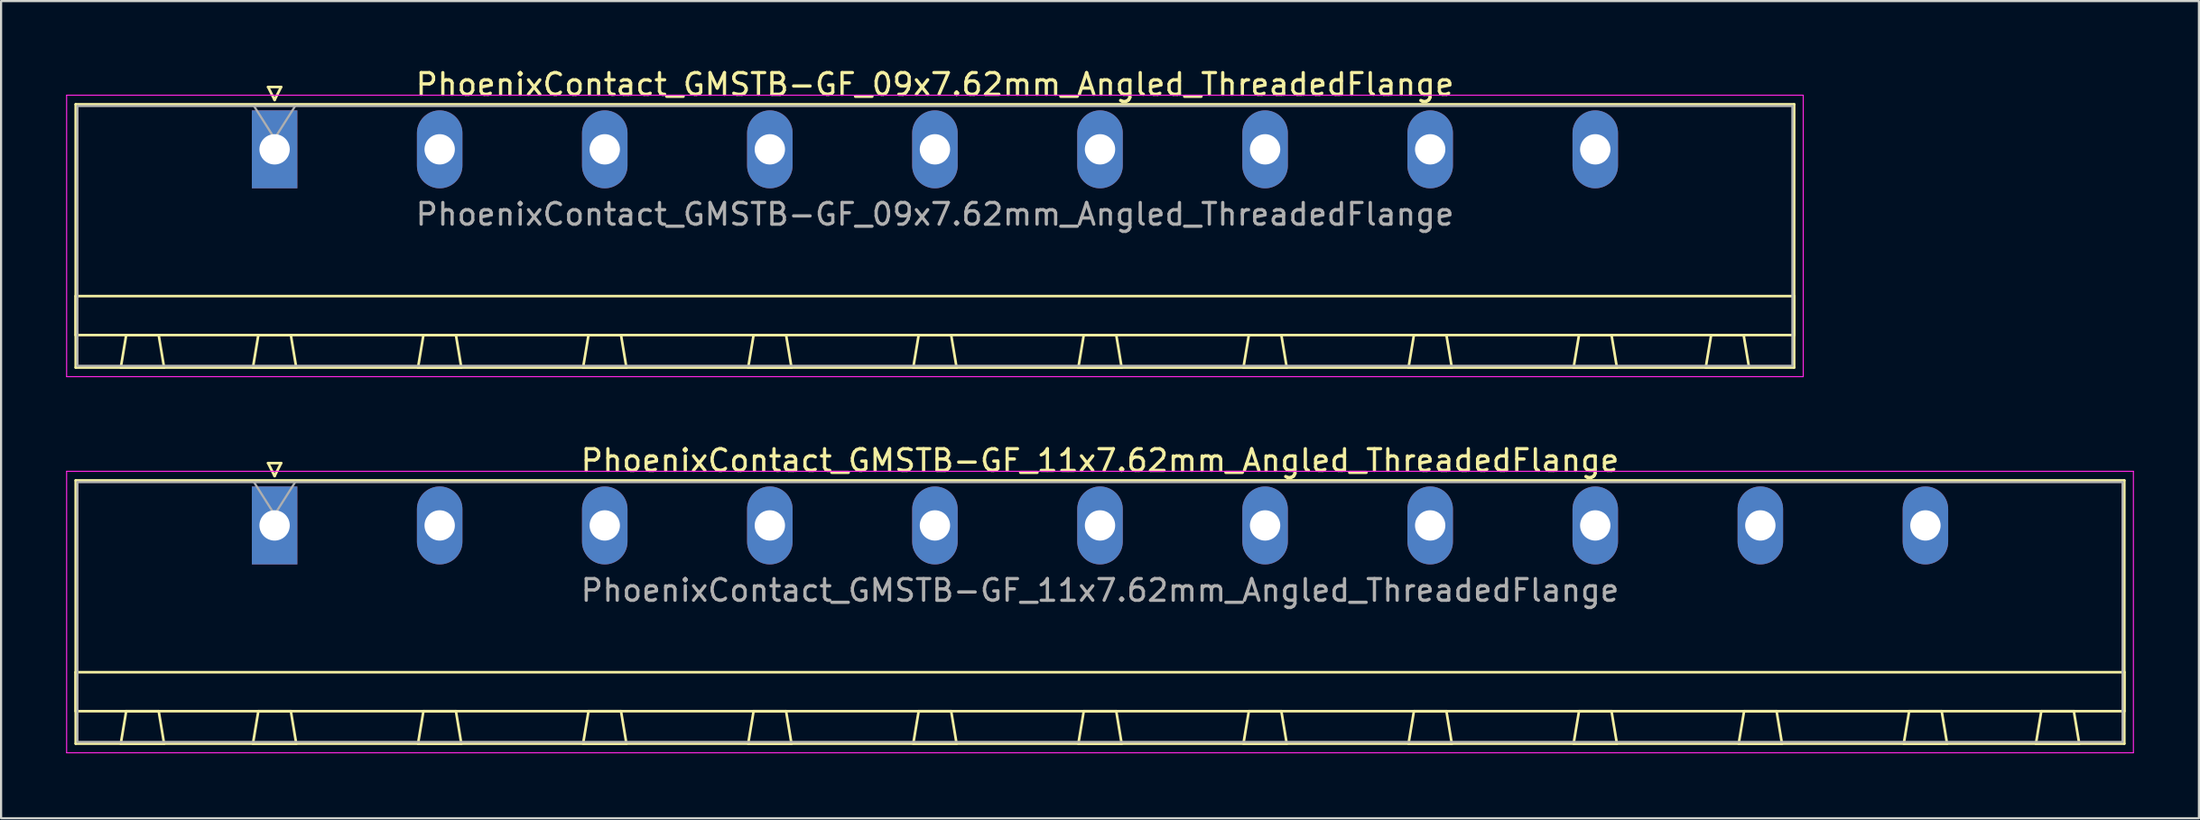
<source format=kicad_pcb>
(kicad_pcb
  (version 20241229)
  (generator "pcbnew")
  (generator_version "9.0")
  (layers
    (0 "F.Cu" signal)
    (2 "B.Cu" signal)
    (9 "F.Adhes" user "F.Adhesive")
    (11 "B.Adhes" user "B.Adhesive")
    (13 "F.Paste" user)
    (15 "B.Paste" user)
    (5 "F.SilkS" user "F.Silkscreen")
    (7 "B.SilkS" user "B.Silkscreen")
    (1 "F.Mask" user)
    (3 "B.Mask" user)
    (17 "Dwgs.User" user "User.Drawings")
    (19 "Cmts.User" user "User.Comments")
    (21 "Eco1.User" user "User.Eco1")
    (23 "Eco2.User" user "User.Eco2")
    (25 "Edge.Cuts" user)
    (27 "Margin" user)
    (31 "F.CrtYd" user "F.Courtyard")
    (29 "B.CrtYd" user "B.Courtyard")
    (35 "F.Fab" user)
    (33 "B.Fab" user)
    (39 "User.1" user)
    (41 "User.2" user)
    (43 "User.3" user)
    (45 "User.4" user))
  (footprint "PhoenixContact_GMSTB-GF_09x7.62mm_Angled_ThreadedFlange"
    (layer "F.Cu")
    (at 9.625 3.848)
    (property "Reference" "PhoenixContact_GMSTB-GF_09x7.62mm_Angled_ThreadedFlange" (at 30.48 -3 0) (layer "F.SilkS") (effects (font (size 1 1) (thickness 0.15))))
    (attr through_hole)
    (fp_line (start -9.18 -2.08) (end -9.18 10.08) (stroke (width 0.12) (type solid)) (layer "F.SilkS"))
    (fp_line (start -9.18 6.78) (end 70.14 6.78) (stroke (width 0.12) (type solid)) (layer "F.SilkS"))
    (fp_line (start -9.18 8.58) (end -9.18 6.78) (stroke (width 0.12) (type solid)) (layer "F.SilkS"))
    (fp_line (start -9.18 10.08) (end 70.14 10.08) (stroke (width 0.12) (type solid)) (layer "F.SilkS"))
    (fp_line (start -7.1 10.08) (end -5.1 10.08) (stroke (width 0.12) (type solid)) (layer "F.SilkS"))
    (fp_line (start -6.85 8.58) (end -7.1 10.08) (stroke (width 0.12) (type solid)) (layer "F.SilkS"))
    (fp_line (start -5.35 8.58) (end -6.85 8.58) (stroke (width 0.12) (type solid)) (layer "F.SilkS"))
    (fp_line (start -5.1 10.08) (end -5.35 8.58) (stroke (width 0.12) (type solid)) (layer "F.SilkS"))
    (fp_line (start -1 10.08) (end 1 10.08) (stroke (width 0.12) (type solid)) (layer "F.SilkS"))
    (fp_line (start -0.75 8.58) (end -1 10.08) (stroke (width 0.12) (type solid)) (layer "F.SilkS"))
    (fp_line (start -0.3 -2.88) (end 0.3 -2.88) (stroke (width 0.12) (type solid)) (layer "F.SilkS"))
    (fp_line (start 0 -2.28) (end -0.3 -2.88) (stroke (width 0.12) (type solid)) (layer "F.SilkS"))
    (fp_line (start 0.3 -2.88) (end 0 -2.28) (stroke (width 0.12) (type solid)) (layer "F.SilkS"))
    (fp_line (start 0.75 8.58) (end -0.75 8.58) (stroke (width 0.12) (type solid)) (layer "F.SilkS"))
    (fp_line (start 1 10.08) (end 0.75 8.58) (stroke (width 0.12) (type solid)) (layer "F.SilkS"))
    (fp_line (start 6.62 10.08) (end 8.62 10.08) (stroke (width 0.12) (type solid)) (layer "F.SilkS"))
    (fp_line (start 6.87 8.58) (end 6.62 10.08) (stroke (width 0.12) (type solid)) (layer "F.SilkS"))
    (fp_line (start 8.37 8.58) (end 6.87 8.58) (stroke (width 0.12) (type solid)) (layer "F.SilkS"))
    (fp_line (start 8.62 10.08) (end 8.37 8.58) (stroke (width 0.12) (type solid)) (layer "F.SilkS"))
    (fp_line (start 14.24 10.08) (end 16.24 10.08) (stroke (width 0.12) (type solid)) (layer "F.SilkS"))
    (fp_line (start 14.49 8.58) (end 14.24 10.08) (stroke (width 0.12) (type solid)) (layer "F.SilkS"))
    (fp_line (start 15.99 8.58) (end 14.49 8.58) (stroke (width 0.12) (type solid)) (layer "F.SilkS"))
    (fp_line (start 16.24 10.08) (end 15.99 8.58) (stroke (width 0.12) (type solid)) (layer "F.SilkS"))
    (fp_line (start 21.86 10.08) (end 23.86 10.08) (stroke (width 0.12) (type solid)) (layer "F.SilkS"))
    (fp_line (start 22.11 8.58) (end 21.86 10.08) (stroke (width 0.12) (type solid)) (layer "F.SilkS"))
    (fp_line (start 23.61 8.58) (end 22.11 8.58) (stroke (width 0.12) (type solid)) (layer "F.SilkS"))
    (fp_line (start 23.86 10.08) (end 23.61 8.58) (stroke (width 0.12) (type solid)) (layer "F.SilkS"))
    (fp_line (start 29.48 10.08) (end 31.48 10.08) (stroke (width 0.12) (type solid)) (layer "F.SilkS"))
    (fp_line (start 29.73 8.58) (end 29.48 10.08) (stroke (width 0.12) (type solid)) (layer "F.SilkS"))
    (fp_line (start 31.23 8.58) (end 29.73 8.58) (stroke (width 0.12) (type solid)) (layer "F.SilkS"))
    (fp_line (start 31.48 10.08) (end 31.23 8.58) (stroke (width 0.12) (type solid)) (layer "F.SilkS"))
    (fp_line (start 37.1 10.08) (end 39.1 10.08) (stroke (width 0.12) (type solid)) (layer "F.SilkS"))
    (fp_line (start 37.35 8.58) (end 37.1 10.08) (stroke (width 0.12) (type solid)) (layer "F.SilkS"))
    (fp_line (start 38.85 8.58) (end 37.35 8.58) (stroke (width 0.12) (type solid)) (layer "F.SilkS"))
    (fp_line (start 39.1 10.08) (end 38.85 8.58) (stroke (width 0.12) (type solid)) (layer "F.SilkS"))
    (fp_line (start 44.72 10.08) (end 46.72 10.08) (stroke (width 0.12) (type solid)) (layer "F.SilkS"))
    (fp_line (start 44.97 8.58) (end 44.72 10.08) (stroke (width 0.12) (type solid)) (layer "F.SilkS"))
    (fp_line (start 46.47 8.58) (end 44.97 8.58) (stroke (width 0.12) (type solid)) (layer "F.SilkS"))
    (fp_line (start 46.72 10.08) (end 46.47 8.58) (stroke (width 0.12) (type solid)) (layer "F.SilkS"))
    (fp_line (start 52.34 10.08) (end 54.34 10.08) (stroke (width 0.12) (type solid)) (layer "F.SilkS"))
    (fp_line (start 52.59 8.58) (end 52.34 10.08) (stroke (width 0.12) (type solid)) (layer "F.SilkS"))
    (fp_line (start 54.09 8.58) (end 52.59 8.58) (stroke (width 0.12) (type solid)) (layer "F.SilkS"))
    (fp_line (start 54.34 10.08) (end 54.09 8.58) (stroke (width 0.12) (type solid)) (layer "F.SilkS"))
    (fp_line (start 59.96 10.08) (end 61.96 10.08) (stroke (width 0.12) (type solid)) (layer "F.SilkS"))
    (fp_line (start 60.21 8.58) (end 59.96 10.08) (stroke (width 0.12) (type solid)) (layer "F.SilkS"))
    (fp_line (start 61.71 8.58) (end 60.21 8.58) (stroke (width 0.12) (type solid)) (layer "F.SilkS"))
    (fp_line (start 61.96 10.08) (end 61.71 8.58) (stroke (width 0.12) (type solid)) (layer "F.SilkS"))
    (fp_line (start 66.06 10.08) (end 68.06 10.08) (stroke (width 0.12) (type solid)) (layer "F.SilkS"))
    (fp_line (start 66.31 8.58) (end 66.06 10.08) (stroke (width 0.12) (type solid)) (layer "F.SilkS"))
    (fp_line (start 67.81 8.58) (end 66.31 8.58) (stroke (width 0.12) (type solid)) (layer "F.SilkS"))
    (fp_line (start 68.06 10.08) (end 67.81 8.58) (stroke (width 0.12) (type solid)) (layer "F.SilkS"))
    (fp_line (start 70.14 -2.08) (end -9.18 -2.08) (stroke (width 0.12) (type solid)) (layer "F.SilkS"))
    (fp_line (start 70.14 6.78) (end 70.14 8.58) (stroke (width 0.12) (type solid)) (layer "F.SilkS"))
    (fp_line (start 70.14 8.58) (end -9.18 8.58) (stroke (width 0.12) (type solid)) (layer "F.SilkS"))
    (fp_line (start 70.14 10.08) (end 70.14 -2.08) (stroke (width 0.12) (type solid)) (layer "F.SilkS"))
    (fp_line (start -9.6 -2.5) (end -9.6 10.5) (stroke (width 0.05) (type solid)) (layer "F.CrtYd"))
    (fp_line (start -9.6 10.5) (end 70.56 10.5) (stroke (width 0.05) (type solid)) (layer "F.CrtYd"))
    (fp_line (start 70.56 -2.5) (end -9.6 -2.5) (stroke (width 0.05) (type solid)) (layer "F.CrtYd"))
    (fp_line (start 70.56 10.5) (end 70.56 -2.5) (stroke (width 0.05) (type solid)) (layer "F.CrtYd"))
    (fp_line (start -9.1 -2) (end -9.1 10) (stroke (width 0.1) (type solid)) (layer "F.Fab"))
    (fp_line (start -9.1 10) (end 70.06 10) (stroke (width 0.1) (type solid)) (layer "F.Fab"))
    (fp_line (start 0 -0.5) (end -0.95 -2) (stroke (width 0.1) (type solid)) (layer "F.Fab"))
    (fp_line (start 0.95 -2) (end 0 -0.5) (stroke (width 0.1) (type solid)) (layer "F.Fab"))
    (fp_line (start 70.06 -2) (end -9.1 -2) (stroke (width 0.1) (type solid)) (layer "F.Fab"))
    (fp_line (start 70.06 10) (end 70.06 -2) (stroke (width 0.1) (type solid)) (layer "F.Fab"))
    (fp_text user "${REFERENCE}" (at 30.48 3 0) (layer "F.Fab") (effects (font (size 1 1) (thickness 0.15))))
    (pad "1" thru_hole rect (at 0 0) (size 2.1 3.6) (drill 1.4) (layers "*.Cu" "*.Mask"))
    (pad "2" thru_hole oval (at 7.62 0) (size 2.1 3.6) (drill 1.4) (layers "*.Cu" "*.Mask"))
    (pad "3" thru_hole oval (at 15.24 0) (size 2.1 3.6) (drill 1.4) (layers "*.Cu" "*.Mask"))
    (pad "4" thru_hole oval (at 22.86 0) (size 2.1 3.6) (drill 1.4) (layers "*.Cu" "*.Mask"))
    (pad "5" thru_hole oval (at 30.48 0) (size 2.1 3.6) (drill 1.4) (layers "*.Cu" "*.Mask"))
    (pad "6" thru_hole oval (at 38.1 0) (size 2.1 3.6) (drill 1.4) (layers "*.Cu" "*.Mask"))
    (pad "7" thru_hole oval (at 45.72 0) (size 2.1 3.6) (drill 1.4) (layers "*.Cu" "*.Mask"))
    (pad "8" thru_hole oval (at 53.34 0) (size 2.1 3.6) (drill 1.4) (layers "*.Cu" "*.Mask"))
    (pad "9" thru_hole oval (at 60.96 0) (size 2.1 3.6) (drill 1.4) (layers "*.Cu" "*.Mask")))
  (footprint "PhoenixContact_GMSTB-GF_11x7.62mm_Angled_ThreadedFlange"
    (layer "F.Cu")
    (at 9.625 21.221)
    (property "Reference" "PhoenixContact_GMSTB-GF_11x7.62mm_Angled_ThreadedFlange" (at 38.1 -3 0) (layer "F.SilkS") (effects (font (size 1 1) (thickness 0.15))))
    (attr through_hole)
    (fp_line (start -9.18 -2.08) (end -9.18 10.08) (stroke (width 0.12) (type solid)) (layer "F.SilkS"))
    (fp_line (start -9.18 6.78) (end 85.38 6.78) (stroke (width 0.12) (type solid)) (layer "F.SilkS"))
    (fp_line (start -9.18 8.58) (end -9.18 6.78) (stroke (width 0.12) (type solid)) (layer "F.SilkS"))
    (fp_line (start -9.18 10.08) (end 85.38 10.08) (stroke (width 0.12) (type solid)) (layer "F.SilkS"))
    (fp_line (start -7.1 10.08) (end -5.1 10.08) (stroke (width 0.12) (type solid)) (layer "F.SilkS"))
    (fp_line (start -6.85 8.58) (end -7.1 10.08) (stroke (width 0.12) (type solid)) (layer "F.SilkS"))
    (fp_line (start -5.35 8.58) (end -6.85 8.58) (stroke (width 0.12) (type solid)) (layer "F.SilkS"))
    (fp_line (start -5.1 10.08) (end -5.35 8.58) (stroke (width 0.12) (type solid)) (layer "F.SilkS"))
    (fp_line (start -1 10.08) (end 1 10.08) (stroke (width 0.12) (type solid)) (layer "F.SilkS"))
    (fp_line (start -0.75 8.58) (end -1 10.08) (stroke (width 0.12) (type solid)) (layer "F.SilkS"))
    (fp_line (start -0.3 -2.88) (end 0.3 -2.88) (stroke (width 0.12) (type solid)) (layer "F.SilkS"))
    (fp_line (start 0 -2.28) (end -0.3 -2.88) (stroke (width 0.12) (type solid)) (layer "F.SilkS"))
    (fp_line (start 0.3 -2.88) (end 0 -2.28) (stroke (width 0.12) (type solid)) (layer "F.SilkS"))
    (fp_line (start 0.75 8.58) (end -0.75 8.58) (stroke (width 0.12) (type solid)) (layer "F.SilkS"))
    (fp_line (start 1 10.08) (end 0.75 8.58) (stroke (width 0.12) (type solid)) (layer "F.SilkS"))
    (fp_line (start 6.62 10.08) (end 8.62 10.08) (stroke (width 0.12) (type solid)) (layer "F.SilkS"))
    (fp_line (start 6.87 8.58) (end 6.62 10.08) (stroke (width 0.12) (type solid)) (layer "F.SilkS"))
    (fp_line (start 8.37 8.58) (end 6.87 8.58) (stroke (width 0.12) (type solid)) (layer "F.SilkS"))
    (fp_line (start 8.62 10.08) (end 8.37 8.58) (stroke (width 0.12) (type solid)) (layer "F.SilkS"))
    (fp_line (start 14.24 10.08) (end 16.24 10.08) (stroke (width 0.12) (type solid)) (layer "F.SilkS"))
    (fp_line (start 14.49 8.58) (end 14.24 10.08) (stroke (width 0.12) (type solid)) (layer "F.SilkS"))
    (fp_line (start 15.99 8.58) (end 14.49 8.58) (stroke (width 0.12) (type solid)) (layer "F.SilkS"))
    (fp_line (start 16.24 10.08) (end 15.99 8.58) (stroke (width 0.12) (type solid)) (layer "F.SilkS"))
    (fp_line (start 21.86 10.08) (end 23.86 10.08) (stroke (width 0.12) (type solid)) (layer "F.SilkS"))
    (fp_line (start 22.11 8.58) (end 21.86 10.08) (stroke (width 0.12) (type solid)) (layer "F.SilkS"))
    (fp_line (start 23.61 8.58) (end 22.11 8.58) (stroke (width 0.12) (type solid)) (layer "F.SilkS"))
    (fp_line (start 23.86 10.08) (end 23.61 8.58) (stroke (width 0.12) (type solid)) (layer "F.SilkS"))
    (fp_line (start 29.48 10.08) (end 31.48 10.08) (stroke (width 0.12) (type solid)) (layer "F.SilkS"))
    (fp_line (start 29.73 8.58) (end 29.48 10.08) (stroke (width 0.12) (type solid)) (layer "F.SilkS"))
    (fp_line (start 31.23 8.58) (end 29.73 8.58) (stroke (width 0.12) (type solid)) (layer "F.SilkS"))
    (fp_line (start 31.48 10.08) (end 31.23 8.58) (stroke (width 0.12) (type solid)) (layer "F.SilkS"))
    (fp_line (start 37.1 10.08) (end 39.1 10.08) (stroke (width 0.12) (type solid)) (layer "F.SilkS"))
    (fp_line (start 37.35 8.58) (end 37.1 10.08) (stroke (width 0.12) (type solid)) (layer "F.SilkS"))
    (fp_line (start 38.85 8.58) (end 37.35 8.58) (stroke (width 0.12) (type solid)) (layer "F.SilkS"))
    (fp_line (start 39.1 10.08) (end 38.85 8.58) (stroke (width 0.12) (type solid)) (layer "F.SilkS"))
    (fp_line (start 44.72 10.08) (end 46.72 10.08) (stroke (width 0.12) (type solid)) (layer "F.SilkS"))
    (fp_line (start 44.97 8.58) (end 44.72 10.08) (stroke (width 0.12) (type solid)) (layer "F.SilkS"))
    (fp_line (start 46.47 8.58) (end 44.97 8.58) (stroke (width 0.12) (type solid)) (layer "F.SilkS"))
    (fp_line (start 46.72 10.08) (end 46.47 8.58) (stroke (width 0.12) (type solid)) (layer "F.SilkS"))
    (fp_line (start 52.34 10.08) (end 54.34 10.08) (stroke (width 0.12) (type solid)) (layer "F.SilkS"))
    (fp_line (start 52.59 8.58) (end 52.34 10.08) (stroke (width 0.12) (type solid)) (layer "F.SilkS"))
    (fp_line (start 54.09 8.58) (end 52.59 8.58) (stroke (width 0.12) (type solid)) (layer "F.SilkS"))
    (fp_line (start 54.34 10.08) (end 54.09 8.58) (stroke (width 0.12) (type solid)) (layer "F.SilkS"))
    (fp_line (start 59.96 10.08) (end 61.96 10.08) (stroke (width 0.12) (type solid)) (layer "F.SilkS"))
    (fp_line (start 60.21 8.58) (end 59.96 10.08) (stroke (width 0.12) (type solid)) (layer "F.SilkS"))
    (fp_line (start 61.71 8.58) (end 60.21 8.58) (stroke (width 0.12) (type solid)) (layer "F.SilkS"))
    (fp_line (start 61.96 10.08) (end 61.71 8.58) (stroke (width 0.12) (type solid)) (layer "F.SilkS"))
    (fp_line (start 67.58 10.08) (end 69.58 10.08) (stroke (width 0.12) (type solid)) (layer "F.SilkS"))
    (fp_line (start 67.83 8.58) (end 67.58 10.08) (stroke (width 0.12) (type solid)) (layer "F.SilkS"))
    (fp_line (start 69.33 8.58) (end 67.83 8.58) (stroke (width 0.12) (type solid)) (layer "F.SilkS"))
    (fp_line (start 69.58 10.08) (end 69.33 8.58) (stroke (width 0.12) (type solid)) (layer "F.SilkS"))
    (fp_line (start 75.2 10.08) (end 77.2 10.08) (stroke (width 0.12) (type solid)) (layer "F.SilkS"))
    (fp_line (start 75.45 8.58) (end 75.2 10.08) (stroke (width 0.12) (type solid)) (layer "F.SilkS"))
    (fp_line (start 76.95 8.58) (end 75.45 8.58) (stroke (width 0.12) (type solid)) (layer "F.SilkS"))
    (fp_line (start 77.2 10.08) (end 76.95 8.58) (stroke (width 0.12) (type solid)) (layer "F.SilkS"))
    (fp_line (start 81.3 10.08) (end 83.3 10.08) (stroke (width 0.12) (type solid)) (layer "F.SilkS"))
    (fp_line (start 81.55 8.58) (end 81.3 10.08) (stroke (width 0.12) (type solid)) (layer "F.SilkS"))
    (fp_line (start 83.05 8.58) (end 81.55 8.58) (stroke (width 0.12) (type solid)) (layer "F.SilkS"))
    (fp_line (start 83.3 10.08) (end 83.05 8.58) (stroke (width 0.12) (type solid)) (layer "F.SilkS"))
    (fp_line (start 85.38 -2.08) (end -9.18 -2.08) (stroke (width 0.12) (type solid)) (layer "F.SilkS"))
    (fp_line (start 85.38 6.78) (end 85.38 8.58) (stroke (width 0.12) (type solid)) (layer "F.SilkS"))
    (fp_line (start 85.38 8.58) (end -9.18 8.58) (stroke (width 0.12) (type solid)) (layer "F.SilkS"))
    (fp_line (start 85.38 10.08) (end 85.38 -2.08) (stroke (width 0.12) (type solid)) (layer "F.SilkS"))
    (fp_line (start -9.6 -2.5) (end -9.6 10.5) (stroke (width 0.05) (type solid)) (layer "F.CrtYd"))
    (fp_line (start -9.6 10.5) (end 85.8 10.5) (stroke (width 0.05) (type solid)) (layer "F.CrtYd"))
    (fp_line (start 85.8 -2.5) (end -9.6 -2.5) (stroke (width 0.05) (type solid)) (layer "F.CrtYd"))
    (fp_line (start 85.8 10.5) (end 85.8 -2.5) (stroke (width 0.05) (type solid)) (layer "F.CrtYd"))
    (fp_line (start -9.1 -2) (end -9.1 10) (stroke (width 0.1) (type solid)) (layer "F.Fab"))
    (fp_line (start -9.1 10) (end 85.3 10) (stroke (width 0.1) (type solid)) (layer "F.Fab"))
    (fp_line (start 0 -0.5) (end -0.95 -2) (stroke (width 0.1) (type solid)) (layer "F.Fab"))
    (fp_line (start 0.95 -2) (end 0 -0.5) (stroke (width 0.1) (type solid)) (layer "F.Fab"))
    (fp_line (start 85.3 -2) (end -9.1 -2) (stroke (width 0.1) (type solid)) (layer "F.Fab"))
    (fp_line (start 85.3 10) (end 85.3 -2) (stroke (width 0.1) (type solid)) (layer "F.Fab"))
    (fp_text user "${REFERENCE}" (at 38.1 3 0) (layer "F.Fab") (effects (font (size 1 1) (thickness 0.15))))
    (pad "1" thru_hole rect (at 0 0) (size 2.1 3.6) (drill 1.4) (layers "*.Cu" "*.Mask"))
    (pad "2" thru_hole oval (at 7.62 0) (size 2.1 3.6) (drill 1.4) (layers "*.Cu" "*.Mask"))
    (pad "3" thru_hole oval (at 15.24 0) (size 2.1 3.6) (drill 1.4) (layers "*.Cu" "*.Mask"))
    (pad "4" thru_hole oval (at 22.86 0) (size 2.1 3.6) (drill 1.4) (layers "*.Cu" "*.Mask"))
    (pad "5" thru_hole oval (at 30.48 0) (size 2.1 3.6) (drill 1.4) (layers "*.Cu" "*.Mask"))
    (pad "6" thru_hole oval (at 38.1 0) (size 2.1 3.6) (drill 1.4) (layers "*.Cu" "*.Mask"))
    (pad "7" thru_hole oval (at 45.72 0) (size 2.1 3.6) (drill 1.4) (layers "*.Cu" "*.Mask"))
    (pad "8" thru_hole oval (at 53.34 0) (size 2.1 3.6) (drill 1.4) (layers "*.Cu" "*.Mask"))
    (pad "9" thru_hole oval (at 60.96 0) (size 2.1 3.6) (drill 1.4) (layers "*.Cu" "*.Mask"))
    (pad "10" thru_hole oval (at 68.58 0) (size 2.1 3.6) (drill 1.4) (layers "*.Cu" "*.Mask"))
    (pad "11" thru_hole oval (at 76.2 0) (size 2.1 3.6) (drill 1.4) (layers "*.Cu" "*.Mask")))
  (gr_rect
    (start -3 -3)
    (end 98.45 34.746)
    (stroke (width 0.1) (type default))
    (fill no)
    (layer "Edge.Cuts")))
</source>
